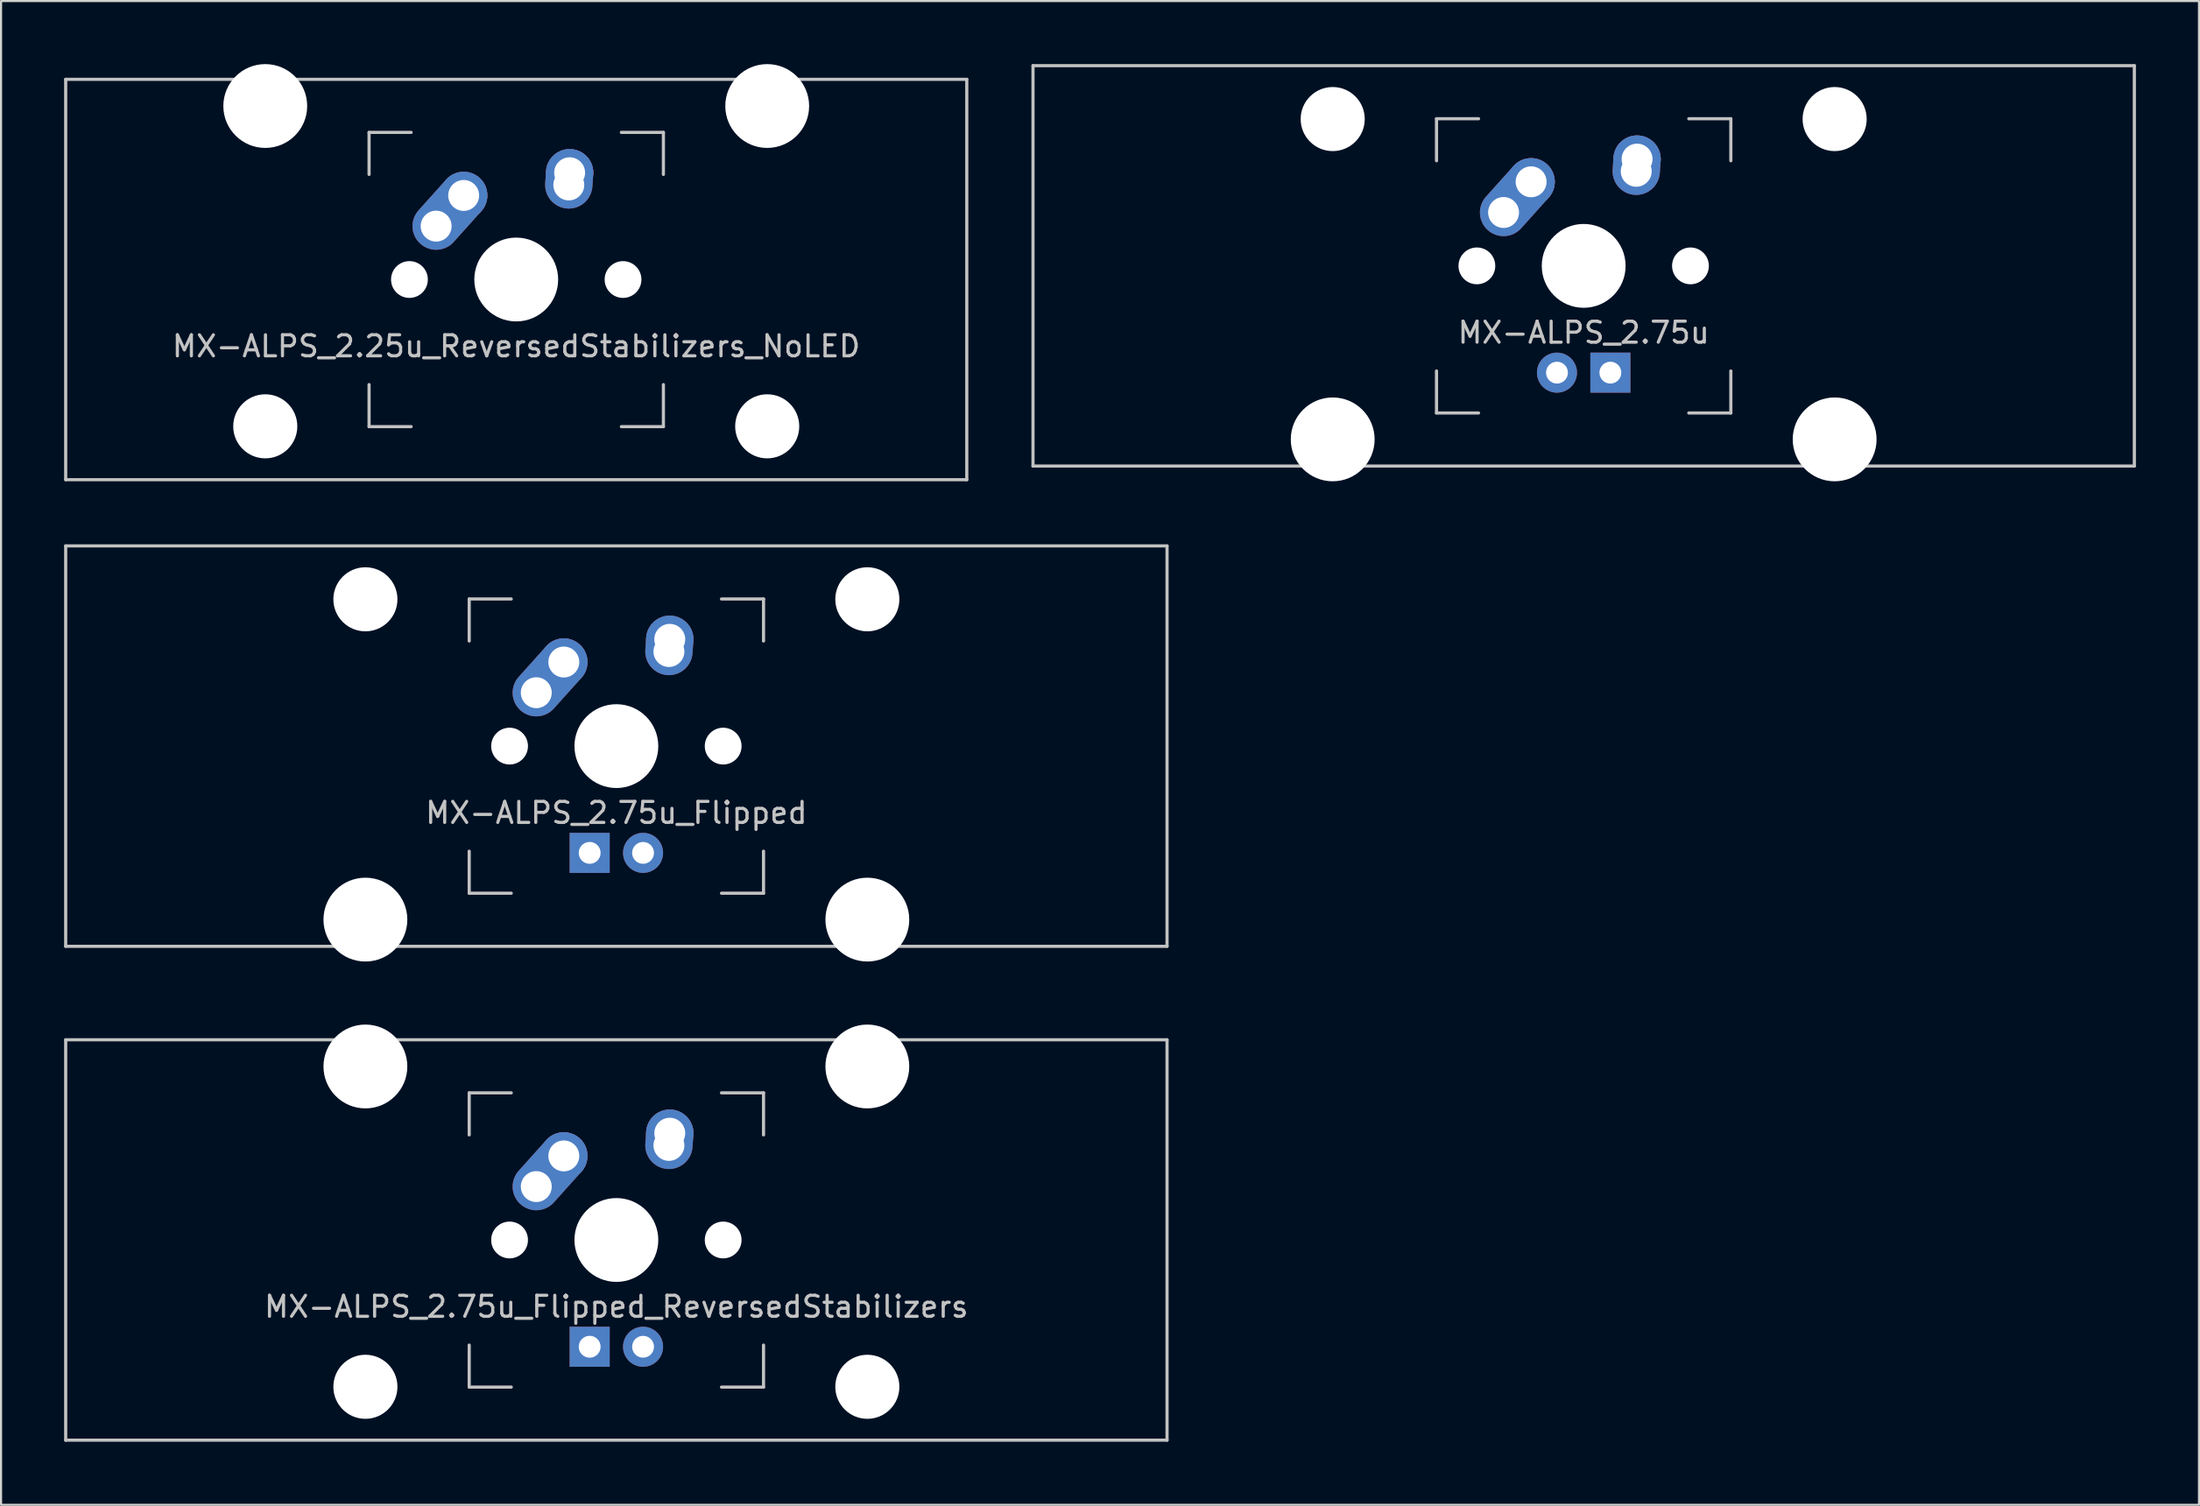
<source format=kicad_pcb>
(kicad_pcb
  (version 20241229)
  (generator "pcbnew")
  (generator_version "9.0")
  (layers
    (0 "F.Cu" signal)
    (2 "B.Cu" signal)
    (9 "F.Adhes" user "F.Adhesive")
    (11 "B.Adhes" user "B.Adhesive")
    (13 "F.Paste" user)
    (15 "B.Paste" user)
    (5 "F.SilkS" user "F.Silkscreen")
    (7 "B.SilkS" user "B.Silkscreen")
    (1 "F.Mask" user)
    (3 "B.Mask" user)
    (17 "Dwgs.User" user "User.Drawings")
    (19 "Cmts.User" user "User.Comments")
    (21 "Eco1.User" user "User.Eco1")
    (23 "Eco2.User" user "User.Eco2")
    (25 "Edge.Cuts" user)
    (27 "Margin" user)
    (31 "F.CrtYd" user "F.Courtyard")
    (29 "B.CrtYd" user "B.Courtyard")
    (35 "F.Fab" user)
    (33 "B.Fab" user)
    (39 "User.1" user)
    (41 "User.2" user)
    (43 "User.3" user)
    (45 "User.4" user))
  (footprint "MX-ALPS_2.75u_Flipped_ReversedStabilizers"
    (layer "F.Cu")
    (at 26.269 55.947)
    (property "Reference" "MX-ALPS_2.75u_Flipped_ReversedStabilizers" (at 0 3.175 0) (layer "Dwgs.User") (effects (font (size 1 1) (thickness 0.15))))
    (attr through_hole)
    (fp_line (start -26.194 -9.525) (end 26.194 -9.525) (stroke (width 0.15) (type solid)) (layer "Dwgs.User"))
    (fp_line (start -26.194 9.525) (end -26.194 -9.525) (stroke (width 0.15) (type solid)) (layer "Dwgs.User"))
    (fp_line (start -26.194 9.525) (end 26.194 9.525) (stroke (width 0.15) (type solid)) (layer "Dwgs.User"))
    (fp_line (start -7 -7) (end -7 -5) (stroke (width 0.15) (type solid)) (layer "Dwgs.User"))
    (fp_line (start -7 5) (end -7 7) (stroke (width 0.15) (type solid)) (layer "Dwgs.User"))
    (fp_line (start -7 7) (end -5 7) (stroke (width 0.15) (type solid)) (layer "Dwgs.User"))
    (fp_line (start -5 -7) (end -7 -7) (stroke (width 0.15) (type solid)) (layer "Dwgs.User"))
    (fp_line (start 5 -7) (end 7 -7) (stroke (width 0.15) (type solid)) (layer "Dwgs.User"))
    (fp_line (start 5 7) (end 7 7) (stroke (width 0.15) (type solid)) (layer "Dwgs.User"))
    (fp_line (start 7 -7) (end 7 -5) (stroke (width 0.15) (type solid)) (layer "Dwgs.User"))
    (fp_line (start 7 7) (end 7 5) (stroke (width 0.15) (type solid)) (layer "Dwgs.User"))
    (fp_line (start 26.194 -9.525) (end 26.194 9.525) (stroke (width 0.15) (type solid)) (layer "Dwgs.User"))
    (pad "" np_thru_hole circle (at -11.938 -8.255) (size 3.988 3.988) (drill 3.988) (layers "*.Cu" "*.Mask"))
    (pad "" np_thru_hole circle (at -11.938 6.985) (size 3.048 3.048) (drill 3.048) (layers "*.Cu" "*.Mask"))
    (pad "" np_thru_hole circle (at -5.08 0 48.1) (size 1.75 1.75) (drill 1.75) (layers "*.Cu" "*.Mask"))
    (pad "" np_thru_hole circle (at 0 0) (size 3.988 3.988) (drill 3.988) (layers "*.Cu" "*.Mask"))
    (pad "" np_thru_hole circle (at 5.08 0 48.1) (size 1.75 1.75) (drill 1.75) (layers "*.Cu" "*.Mask"))
    (pad "" np_thru_hole circle (at 11.938 -8.255) (size 3.988 3.988) (drill 3.988) (layers "*.Cu" "*.Mask"))
    (pad "" np_thru_hole circle (at 11.938 6.985) (size 3.048 3.048) (drill 3.048) (layers "*.Cu" "*.Mask"))
    (pad "1" thru_hole oval (at -3.81 -2.54 48.1) (size 4.212 2.25) (drill 1.47 (offset 0.981 0)) (layers "*.Cu" "B.Mask"))
    (pad "1" thru_hole circle (at -2.5 -4) (size 2.25 2.25) (drill 1.47) (layers "*.Cu" "B.Mask"))
    (pad "2" thru_hole oval (at 2.5 -4.5 86.055) (size 2.831 2.25) (drill 1.47 (offset 0.291 0)) (layers "*.Cu" "B.Mask"))
    (pad "2" thru_hole circle (at 2.54 -5.08) (size 2.25 2.25) (drill 1.47) (layers "*.Cu" "B.Mask"))
    (pad "3" thru_hole circle (at 1.27 5.08) (size 1.905 1.905) (drill 1.04) (layers "*.Cu" "B.Mask"))
    (pad "4" thru_hole rect (at -1.27 5.08) (size 1.905 1.905) (drill 1.04) (layers "*.Cu" "B.Mask")))
  (footprint "MX-ALPS_2.25u_ReversedStabilizers_NoLED"
    (layer "F.Cu")
    (at 21.506 10.249)
    (property "Reference" "MX-ALPS_2.25u_ReversedStabilizers_NoLED" (at 0 3.175 0) (layer "Dwgs.User") (effects (font (size 1 1) (thickness 0.15))))
    (attr through_hole)
    (fp_line (start -21.431 -9.525) (end 21.431 -9.525) (stroke (width 0.15) (type solid)) (layer "Dwgs.User"))
    (fp_line (start -21.431 9.525) (end -21.431 -9.525) (stroke (width 0.15) (type solid)) (layer "Dwgs.User"))
    (fp_line (start -21.431 9.525) (end 21.431 9.525) (stroke (width 0.15) (type solid)) (layer "Dwgs.User"))
    (fp_line (start -7 -7) (end -7 -5) (stroke (width 0.15) (type solid)) (layer "Dwgs.User"))
    (fp_line (start -7 5) (end -7 7) (stroke (width 0.15) (type solid)) (layer "Dwgs.User"))
    (fp_line (start -7 7) (end -5 7) (stroke (width 0.15) (type solid)) (layer "Dwgs.User"))
    (fp_line (start -5 -7) (end -7 -7) (stroke (width 0.15) (type solid)) (layer "Dwgs.User"))
    (fp_line (start 5 -7) (end 7 -7) (stroke (width 0.15) (type solid)) (layer "Dwgs.User"))
    (fp_line (start 5 7) (end 7 7) (stroke (width 0.15) (type solid)) (layer "Dwgs.User"))
    (fp_line (start 7 -7) (end 7 -5) (stroke (width 0.15) (type solid)) (layer "Dwgs.User"))
    (fp_line (start 7 7) (end 7 5) (stroke (width 0.15) (type solid)) (layer "Dwgs.User"))
    (fp_line (start 21.431 -9.525) (end 21.431 9.525) (stroke (width 0.15) (type solid)) (layer "Dwgs.User"))
    (pad "" np_thru_hole circle (at -11.938 -8.255) (size 3.988 3.988) (drill 3.988) (layers "*.Cu" "*.Mask"))
    (pad "" np_thru_hole circle (at -11.938 6.985) (size 3.048 3.048) (drill 3.048) (layers "*.Cu" "*.Mask"))
    (pad "" np_thru_hole circle (at -5.08 0 48.1) (size 1.75 1.75) (drill 1.75) (layers "*.Cu" "*.Mask"))
    (pad "" np_thru_hole circle (at 0 0) (size 3.988 3.988) (drill 3.988) (layers "*.Cu" "*.Mask"))
    (pad "" np_thru_hole circle (at 5.08 0 48.1) (size 1.75 1.75) (drill 1.75) (layers "*.Cu" "*.Mask"))
    (pad "" np_thru_hole circle (at 11.938 -8.255) (size 3.988 3.988) (drill 3.988) (layers "*.Cu" "*.Mask"))
    (pad "" np_thru_hole circle (at 11.938 6.985) (size 3.048 3.048) (drill 3.048) (layers "*.Cu" "*.Mask"))
    (pad "1" thru_hole oval (at -3.81 -2.54 48.1) (size 4.212 2.25) (drill 1.47 (offset 0.981 0)) (layers "*.Cu" "B.Mask"))
    (pad "1" thru_hole circle (at -2.5 -4) (size 2.25 2.25) (drill 1.47) (layers "*.Cu" "B.Mask"))
    (pad "2" thru_hole oval (at 2.5 -4.5 86.055) (size 2.831 2.25) (drill 1.47 (offset 0.291 0)) (layers "*.Cu" "B.Mask"))
    (pad "2" thru_hole circle (at 2.54 -5.08) (size 2.25 2.25) (drill 1.47) (layers "*.Cu" "B.Mask")))
  (footprint "MX-ALPS_2.75u"
    (layer "F.Cu")
    (at 72.281 9.6)
    (property "Reference" "MX-ALPS_2.75u" (at 0 3.175 0) (layer "Dwgs.User") (effects (font (size 1 1) (thickness 0.15))))
    (attr through_hole)
    (fp_line (start -26.194 -9.525) (end 26.194 -9.525) (stroke (width 0.15) (type solid)) (layer "Dwgs.User"))
    (fp_line (start -26.194 9.525) (end -26.194 -9.525) (stroke (width 0.15) (type solid)) (layer "Dwgs.User"))
    (fp_line (start -26.194 9.525) (end 26.194 9.525) (stroke (width 0.15) (type solid)) (layer "Dwgs.User"))
    (fp_line (start -7 -7) (end -7 -5) (stroke (width 0.15) (type solid)) (layer "Dwgs.User"))
    (fp_line (start -7 5) (end -7 7) (stroke (width 0.15) (type solid)) (layer "Dwgs.User"))
    (fp_line (start -7 7) (end -5 7) (stroke (width 0.15) (type solid)) (layer "Dwgs.User"))
    (fp_line (start -5 -7) (end -7 -7) (stroke (width 0.15) (type solid)) (layer "Dwgs.User"))
    (fp_line (start 5 -7) (end 7 -7) (stroke (width 0.15) (type solid)) (layer "Dwgs.User"))
    (fp_line (start 5 7) (end 7 7) (stroke (width 0.15) (type solid)) (layer "Dwgs.User"))
    (fp_line (start 7 -7) (end 7 -5) (stroke (width 0.15) (type solid)) (layer "Dwgs.User"))
    (fp_line (start 7 7) (end 7 5) (stroke (width 0.15) (type solid)) (layer "Dwgs.User"))
    (fp_line (start 26.194 -9.525) (end 26.194 9.525) (stroke (width 0.15) (type solid)) (layer "Dwgs.User"))
    (pad "" np_thru_hole circle (at -11.938 -6.985) (size 3.048 3.048) (drill 3.048) (layers "*.Cu" "*.Mask"))
    (pad "" np_thru_hole circle (at -11.938 8.255) (size 3.988 3.988) (drill 3.988) (layers "*.Cu" "*.Mask"))
    (pad "" np_thru_hole circle (at -5.08 0 48.1) (size 1.75 1.75) (drill 1.75) (layers "*.Cu" "*.Mask"))
    (pad "" np_thru_hole circle (at 0 0) (size 3.988 3.988) (drill 3.988) (layers "*.Cu" "*.Mask"))
    (pad "" np_thru_hole circle (at 5.08 0 48.1) (size 1.75 1.75) (drill 1.75) (layers "*.Cu" "*.Mask"))
    (pad "" np_thru_hole circle (at 11.938 -6.985) (size 3.048 3.048) (drill 3.048) (layers "*.Cu" "*.Mask"))
    (pad "" np_thru_hole circle (at 11.938 8.255) (size 3.988 3.988) (drill 3.988) (layers "*.Cu" "*.Mask"))
    (pad "1" thru_hole oval (at -3.81 -2.54 48.1) (size 4.212 2.25) (drill 1.47 (offset 0.981 0)) (layers "*.Cu" "B.Mask"))
    (pad "1" thru_hole circle (at -2.5 -4) (size 2.25 2.25) (drill 1.47) (layers "*.Cu" "B.Mask"))
    (pad "2" thru_hole oval (at 2.5 -4.5 86.055) (size 2.831 2.25) (drill 1.47 (offset 0.291 0)) (layers "*.Cu" "B.Mask"))
    (pad "2" thru_hole circle (at 2.54 -5.08) (size 2.25 2.25) (drill 1.47) (layers "*.Cu" "B.Mask"))
    (pad "3" thru_hole circle (at -1.27 5.08) (size 1.905 1.905) (drill 1.04) (layers "*.Cu" "B.Mask"))
    (pad "4" thru_hole rect (at 1.27 5.08) (size 1.905 1.905) (drill 1.04) (layers "*.Cu" "B.Mask")))
  (footprint "MX-ALPS_2.75u_Flipped"
    (layer "F.Cu")
    (at 26.269 32.449)
    (property "Reference" "MX-ALPS_2.75u_Flipped" (at 0 3.175 0) (layer "Dwgs.User") (effects (font (size 1 1) (thickness 0.15))))
    (attr through_hole)
    (fp_line (start -26.194 -9.525) (end 26.194 -9.525) (stroke (width 0.15) (type solid)) (layer "Dwgs.User"))
    (fp_line (start -26.194 9.525) (end -26.194 -9.525) (stroke (width 0.15) (type solid)) (layer "Dwgs.User"))
    (fp_line (start -26.194 9.525) (end 26.194 9.525) (stroke (width 0.15) (type solid)) (layer "Dwgs.User"))
    (fp_line (start -7 -7) (end -7 -5) (stroke (width 0.15) (type solid)) (layer "Dwgs.User"))
    (fp_line (start -7 5) (end -7 7) (stroke (width 0.15) (type solid)) (layer "Dwgs.User"))
    (fp_line (start -7 7) (end -5 7) (stroke (width 0.15) (type solid)) (layer "Dwgs.User"))
    (fp_line (start -5 -7) (end -7 -7) (stroke (width 0.15) (type solid)) (layer "Dwgs.User"))
    (fp_line (start 5 -7) (end 7 -7) (stroke (width 0.15) (type solid)) (layer "Dwgs.User"))
    (fp_line (start 5 7) (end 7 7) (stroke (width 0.15) (type solid)) (layer "Dwgs.User"))
    (fp_line (start 7 -7) (end 7 -5) (stroke (width 0.15) (type solid)) (layer "Dwgs.User"))
    (fp_line (start 7 7) (end 7 5) (stroke (width 0.15) (type solid)) (layer "Dwgs.User"))
    (fp_line (start 26.194 -9.525) (end 26.194 9.525) (stroke (width 0.15) (type solid)) (layer "Dwgs.User"))
    (pad "" np_thru_hole circle (at -11.938 -6.985) (size 3.048 3.048) (drill 3.048) (layers "*.Cu" "*.Mask"))
    (pad "" np_thru_hole circle (at -11.938 8.255) (size 3.988 3.988) (drill 3.988) (layers "*.Cu" "*.Mask"))
    (pad "" np_thru_hole circle (at -5.08 0 48.1) (size 1.75 1.75) (drill 1.75) (layers "*.Cu" "*.Mask"))
    (pad "" np_thru_hole circle (at 0 0) (size 3.988 3.988) (drill 3.988) (layers "*.Cu" "*.Mask"))
    (pad "" np_thru_hole circle (at 5.08 0 48.1) (size 1.75 1.75) (drill 1.75) (layers "*.Cu" "*.Mask"))
    (pad "" np_thru_hole circle (at 11.938 -6.985) (size 3.048 3.048) (drill 3.048) (layers "*.Cu" "*.Mask"))
    (pad "" np_thru_hole circle (at 11.938 8.255) (size 3.988 3.988) (drill 3.988) (layers "*.Cu" "*.Mask"))
    (pad "1" thru_hole oval (at -3.81 -2.54 48.1) (size 4.212 2.25) (drill 1.47 (offset 0.981 0)) (layers "*.Cu" "B.Mask"))
    (pad "1" thru_hole circle (at -2.5 -4) (size 2.25 2.25) (drill 1.47) (layers "*.Cu" "B.Mask"))
    (pad "2" thru_hole oval (at 2.5 -4.5 86.055) (size 2.831 2.25) (drill 1.47 (offset 0.291 0)) (layers "*.Cu" "B.Mask"))
    (pad "2" thru_hole circle (at 2.54 -5.08) (size 2.25 2.25) (drill 1.47) (layers "*.Cu" "B.Mask"))
    (pad "3" thru_hole circle (at 1.27 5.08) (size 1.905 1.905) (drill 1.04) (layers "*.Cu" "B.Mask"))
    (pad "4" thru_hole rect (at -1.27 5.08) (size 1.905 1.905) (drill 1.04) (layers "*.Cu" "B.Mask")))
  (gr_rect
    (start -3 -3)
    (end 101.55 68.547)
    (stroke (width 0.1) (type default))
    (fill no)
    (layer "Edge.Cuts")))
</source>
